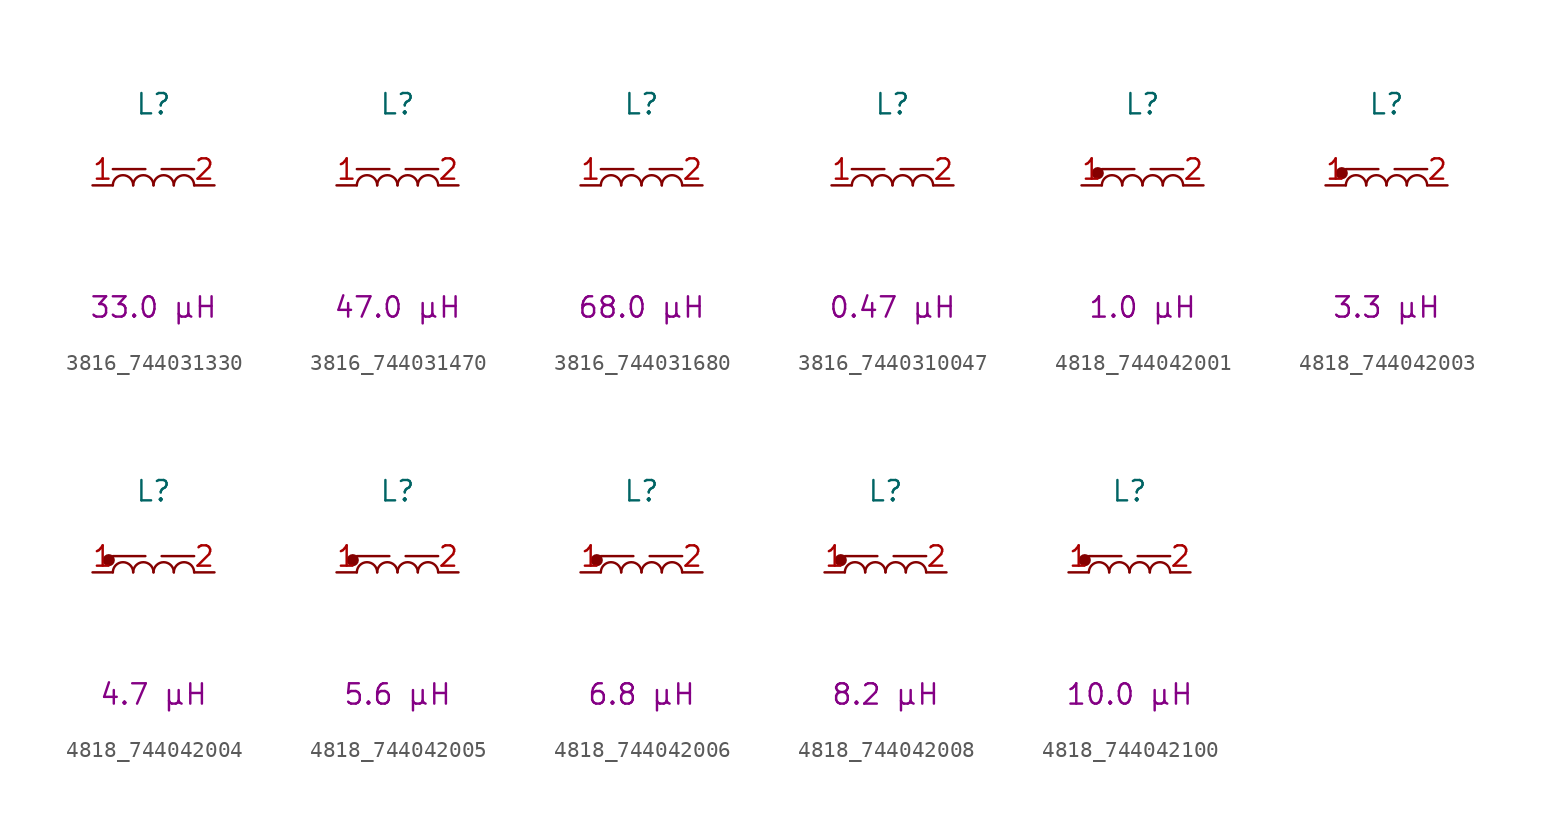
<source format=kicad_sym>
(kicad_symbol_lib
  (version 20220914)
  (generator kicad_symbol_editor)
  (symbol "3816_744031330"
    (pin_names hide)
    (property "Reference" "L"
      (at 0 5.08 0)
      (effects (font (size 1.27 1.27))))
    (property "Critical Parameter" "33.0 µH"
      (at 0 -7.62 0)
      (effects (font (size 1.27 1.27))))
    (symbol "3816_744031330_0_1"
      (arc (start -1.27 0) (mid -1.905 0.6323) (end -2.54 0) (stroke (width 0) (type default)) (fill (type none)))
      (arc (start 0 0) (mid -0.635 0.6323) (end -1.27 0) (stroke (width 0) (type default)) (fill (type none)))
      (polyline (pts (xy -2.54 1.016) (xy -0.508 1.016)) (stroke (width 0) (type default)) (fill (type none)))
      (arc (start 1.27 0) (mid 0.635 0.6323) (end 0 0) (stroke (width 0) (type default)) (fill (type none)))
      (arc (start 2.54 0) (mid 1.905 0.6323) (end 1.27 0) (stroke (width 0) (type default)) (fill (type none))))
    (symbol "3816_744031330_1_1"
      (polyline (pts (xy 2.54 1.016) (xy 0.508 1.016)) (stroke (width 0) (type default)) (fill (type none)))
      (pin passive line (at -3.81 0 0) (length 1.27) (name "1" (effects (font (size 1.27 1.27)))) (number "1" (effects (font (size 1.27 1.27)))))
      (pin passive line (at 3.81 0 180) (length 1.27) (name "2" (effects (font (size 1.27 1.27)))) (number "2" (effects (font (size 1.27 1.27)))))))
  (symbol "3816_744031470"
    (pin_names hide)
    (property "Reference" "L"
      (at 0 5.08 0)
      (effects (font (size 1.27 1.27))))
    (property "Critical Parameter" "47.0 µH"
      (at 0 -7.62 0)
      (effects (font (size 1.27 1.27))))
    (symbol "3816_744031470_0_1"
      (arc (start -1.27 0) (mid -1.905 0.6323) (end -2.54 0) (stroke (width 0) (type default)) (fill (type none)))
      (arc (start 0 0) (mid -0.635 0.6323) (end -1.27 0) (stroke (width 0) (type default)) (fill (type none)))
      (polyline (pts (xy -2.54 1.016) (xy -0.508 1.016)) (stroke (width 0) (type default)) (fill (type none)))
      (arc (start 1.27 0) (mid 0.635 0.6323) (end 0 0) (stroke (width 0) (type default)) (fill (type none)))
      (arc (start 2.54 0) (mid 1.905 0.6323) (end 1.27 0) (stroke (width 0) (type default)) (fill (type none))))
    (symbol "3816_744031470_1_1"
      (polyline (pts (xy 2.54 1.016) (xy 0.508 1.016)) (stroke (width 0) (type default)) (fill (type none)))
      (pin passive line (at -3.81 0 0) (length 1.27) (name "1" (effects (font (size 1.27 1.27)))) (number "1" (effects (font (size 1.27 1.27)))))
      (pin passive line (at 3.81 0 180) (length 1.27) (name "2" (effects (font (size 1.27 1.27)))) (number "2" (effects (font (size 1.27 1.27)))))))
  (symbol "3816_744031680"
    (pin_names hide)
    (property "Reference" "L"
      (at 0 5.08 0)
      (effects (font (size 1.27 1.27))))
    (property "Critical Parameter" "68.0 µH"
      (at 0 -7.62 0)
      (effects (font (size 1.27 1.27))))
    (symbol "3816_744031680_0_1"
      (arc (start -1.27 0) (mid -1.905 0.6323) (end -2.54 0) (stroke (width 0) (type default)) (fill (type none)))
      (arc (start 0 0) (mid -0.635 0.6323) (end -1.27 0) (stroke (width 0) (type default)) (fill (type none)))
      (polyline (pts (xy -2.54 1.016) (xy -0.508 1.016)) (stroke (width 0) (type default)) (fill (type none)))
      (arc (start 1.27 0) (mid 0.635 0.6323) (end 0 0) (stroke (width 0) (type default)) (fill (type none)))
      (arc (start 2.54 0) (mid 1.905 0.6323) (end 1.27 0) (stroke (width 0) (type default)) (fill (type none))))
    (symbol "3816_744031680_1_1"
      (polyline (pts (xy 2.54 1.016) (xy 0.508 1.016)) (stroke (width 0) (type default)) (fill (type none)))
      (pin passive line (at -3.81 0 0) (length 1.27) (name "1" (effects (font (size 1.27 1.27)))) (number "1" (effects (font (size 1.27 1.27)))))
      (pin passive line (at 3.81 0 180) (length 1.27) (name "2" (effects (font (size 1.27 1.27)))) (number "2" (effects (font (size 1.27 1.27)))))))
  (symbol "3816_7440310047"
    (pin_names hide)
    (property "Reference" "L"
      (at 0 5.08 0)
      (effects (font (size 1.27 1.27))))
    (property "Critical Parameter" "0.47 µH"
      (at 0 -7.62 0)
      (effects (font (size 1.27 1.27))))
    (symbol "3816_7440310047_0_1"
      (arc (start -1.27 0) (mid -1.905 0.6323) (end -2.54 0) (stroke (width 0) (type default)) (fill (type none)))
      (arc (start 0 0) (mid -0.635 0.6323) (end -1.27 0) (stroke (width 0) (type default)) (fill (type none)))
      (polyline (pts (xy -2.54 1.016) (xy -0.508 1.016)) (stroke (width 0) (type default)) (fill (type none)))
      (arc (start 1.27 0) (mid 0.635 0.6323) (end 0 0) (stroke (width 0) (type default)) (fill (type none)))
      (arc (start 2.54 0) (mid 1.905 0.6323) (end 1.27 0) (stroke (width 0) (type default)) (fill (type none))))
    (symbol "3816_7440310047_1_1"
      (polyline (pts (xy 2.54 1.016) (xy 0.508 1.016)) (stroke (width 0) (type default)) (fill (type none)))
      (pin passive line (at -3.81 0 0) (length 1.27) (name "1" (effects (font (size 1.27 1.27)))) (number "1" (effects (font (size 1.27 1.27)))))
      (pin passive line (at 3.81 0 180) (length 1.27) (name "2" (effects (font (size 1.27 1.27)))) (number "2" (effects (font (size 1.27 1.27)))))))
  (symbol "4818_744042001"
    (pin_names hide)
    (property "Reference" "L"
      (at 0 5.08 0)
      (effects (font (size 1.27 1.27))))
    (property "Critical Parameter" "1.0 µH"
      (at 0 -7.62 0)
      (effects (font (size 1.27 1.27))))
    (symbol "4818_744042001_0_1"
      (arc (start -1.27 0) (mid -1.905 0.6323) (end -2.54 0) (stroke (width 0) (type default)) (fill (type none)))
      (arc (start 0 0) (mid -0.635 0.6323) (end -1.27 0) (stroke (width 0) (type default)) (fill (type none)))
      (polyline (pts (xy -2.54 1.016) (xy -0.508 1.016)) (stroke (width 0) (type default)) (fill (type none)))
      (arc (start 1.27 0) (mid 0.635 0.6323) (end 0 0) (stroke (width 0) (type default)) (fill (type none)))
      (arc (start 2.54 0) (mid 1.905 0.6323) (end 1.27 0) (stroke (width 0) (type default)) (fill (type none))))
    (symbol "4818_744042001_1_1"
      (circle (center -2.794 0.762) (radius 0.0001) (stroke (width 0.381) (type default)) (fill (type none)))
      (polyline (pts (xy 2.54 1.016) (xy 0.508 1.016)) (stroke (width 0) (type default)) (fill (type none)))
      (pin passive line (at -3.81 0 0) (length 1.27) (name "1" (effects (font (size 1.27 1.27)))) (number "1" (effects (font (size 1.27 1.27)))))
      (pin passive line (at 3.81 0 180) (length 1.27) (name "2" (effects (font (size 1.27 1.27)))) (number "2" (effects (font (size 1.27 1.27)))))))
  (symbol "4818_744042003"
    (pin_names hide)
    (property "Reference" "L"
      (at 0 5.08 0)
      (effects (font (size 1.27 1.27))))
    (property "Critical Parameter" "3.3 µH"
      (at 0 -7.62 0)
      (effects (font (size 1.27 1.27))))
    (symbol "4818_744042003_0_1"
      (arc (start -1.27 0) (mid -1.905 0.6323) (end -2.54 0) (stroke (width 0) (type default)) (fill (type none)))
      (arc (start 0 0) (mid -0.635 0.6323) (end -1.27 0) (stroke (width 0) (type default)) (fill (type none)))
      (polyline (pts (xy -2.54 1.016) (xy -0.508 1.016)) (stroke (width 0) (type default)) (fill (type none)))
      (arc (start 1.27 0) (mid 0.635 0.6323) (end 0 0) (stroke (width 0) (type default)) (fill (type none)))
      (arc (start 2.54 0) (mid 1.905 0.6323) (end 1.27 0) (stroke (width 0) (type default)) (fill (type none))))
    (symbol "4818_744042003_1_1"
      (circle (center -2.794 0.762) (radius 0.0001) (stroke (width 0.381) (type default)) (fill (type none)))
      (polyline (pts (xy 2.54 1.016) (xy 0.508 1.016)) (stroke (width 0) (type default)) (fill (type none)))
      (pin passive line (at -3.81 0 0) (length 1.27) (name "1" (effects (font (size 1.27 1.27)))) (number "1" (effects (font (size 1.27 1.27)))))
      (pin passive line (at 3.81 0 180) (length 1.27) (name "2" (effects (font (size 1.27 1.27)))) (number "2" (effects (font (size 1.27 1.27)))))))
  (symbol "4818_744042004"
    (pin_names hide)
    (property "Reference" "L"
      (at 0 5.08 0)
      (effects (font (size 1.27 1.27))))
    (property "Critical Parameter" "4.7 µH"
      (at 0 -7.62 0)
      (effects (font (size 1.27 1.27))))
    (symbol "4818_744042004_0_1"
      (arc (start -1.27 0) (mid -1.905 0.6323) (end -2.54 0) (stroke (width 0) (type default)) (fill (type none)))
      (arc (start 0 0) (mid -0.635 0.6323) (end -1.27 0) (stroke (width 0) (type default)) (fill (type none)))
      (polyline (pts (xy -2.54 1.016) (xy -0.508 1.016)) (stroke (width 0) (type default)) (fill (type none)))
      (arc (start 1.27 0) (mid 0.635 0.6323) (end 0 0) (stroke (width 0) (type default)) (fill (type none)))
      (arc (start 2.54 0) (mid 1.905 0.6323) (end 1.27 0) (stroke (width 0) (type default)) (fill (type none))))
    (symbol "4818_744042004_1_1"
      (circle (center -2.794 0.762) (radius 0.0001) (stroke (width 0.381) (type default)) (fill (type none)))
      (polyline (pts (xy 2.54 1.016) (xy 0.508 1.016)) (stroke (width 0) (type default)) (fill (type none)))
      (pin passive line (at -3.81 0 0) (length 1.27) (name "1" (effects (font (size 1.27 1.27)))) (number "1" (effects (font (size 1.27 1.27)))))
      (pin passive line (at 3.81 0 180) (length 1.27) (name "2" (effects (font (size 1.27 1.27)))) (number "2" (effects (font (size 1.27 1.27)))))))
  (symbol "4818_744042005"
    (pin_names hide)
    (property "Reference" "L"
      (at 0 5.08 0)
      (effects (font (size 1.27 1.27))))
    (property "Critical Parameter" "5.6 µH"
      (at 0 -7.62 0)
      (effects (font (size 1.27 1.27))))
    (symbol "4818_744042005_0_1"
      (arc (start -1.27 0) (mid -1.905 0.6323) (end -2.54 0) (stroke (width 0) (type default)) (fill (type none)))
      (arc (start 0 0) (mid -0.635 0.6323) (end -1.27 0) (stroke (width 0) (type default)) (fill (type none)))
      (polyline (pts (xy -2.54 1.016) (xy -0.508 1.016)) (stroke (width 0) (type default)) (fill (type none)))
      (arc (start 1.27 0) (mid 0.635 0.6323) (end 0 0) (stroke (width 0) (type default)) (fill (type none)))
      (arc (start 2.54 0) (mid 1.905 0.6323) (end 1.27 0) (stroke (width 0) (type default)) (fill (type none))))
    (symbol "4818_744042005_1_1"
      (circle (center -2.794 0.762) (radius 0.0001) (stroke (width 0.381) (type default)) (fill (type none)))
      (polyline (pts (xy 2.54 1.016) (xy 0.508 1.016)) (stroke (width 0) (type default)) (fill (type none)))
      (pin passive line (at -3.81 0 0) (length 1.27) (name "1" (effects (font (size 1.27 1.27)))) (number "1" (effects (font (size 1.27 1.27)))))
      (pin passive line (at 3.81 0 180) (length 1.27) (name "2" (effects (font (size 1.27 1.27)))) (number "2" (effects (font (size 1.27 1.27)))))))
  (symbol "4818_744042006"
    (pin_names hide)
    (property "Reference" "L"
      (at 0 5.08 0)
      (effects (font (size 1.27 1.27))))
    (property "Critical Parameter" "6.8 µH"
      (at 0 -7.62 0)
      (effects (font (size 1.27 1.27))))
    (symbol "4818_744042006_0_1"
      (arc (start -1.27 0) (mid -1.905 0.6323) (end -2.54 0) (stroke (width 0) (type default)) (fill (type none)))
      (arc (start 0 0) (mid -0.635 0.6323) (end -1.27 0) (stroke (width 0) (type default)) (fill (type none)))
      (polyline (pts (xy -2.54 1.016) (xy -0.508 1.016)) (stroke (width 0) (type default)) (fill (type none)))
      (arc (start 1.27 0) (mid 0.635 0.6323) (end 0 0) (stroke (width 0) (type default)) (fill (type none)))
      (arc (start 2.54 0) (mid 1.905 0.6323) (end 1.27 0) (stroke (width 0) (type default)) (fill (type none))))
    (symbol "4818_744042006_1_1"
      (circle (center -2.794 0.762) (radius 0.0001) (stroke (width 0.381) (type default)) (fill (type none)))
      (polyline (pts (xy 2.54 1.016) (xy 0.508 1.016)) (stroke (width 0) (type default)) (fill (type none)))
      (pin passive line (at -3.81 0 0) (length 1.27) (name "1" (effects (font (size 1.27 1.27)))) (number "1" (effects (font (size 1.27 1.27)))))
      (pin passive line (at 3.81 0 180) (length 1.27) (name "2" (effects (font (size 1.27 1.27)))) (number "2" (effects (font (size 1.27 1.27)))))))
  (symbol "4818_744042008"
    (pin_names hide)
    (property "Reference" "L"
      (at 0 5.08 0)
      (effects (font (size 1.27 1.27))))
    (property "Critical Parameter" "8.2 µH"
      (at 0 -7.62 0)
      (effects (font (size 1.27 1.27))))
    (symbol "4818_744042008_0_1"
      (arc (start -1.27 0) (mid -1.905 0.6323) (end -2.54 0) (stroke (width 0) (type default)) (fill (type none)))
      (arc (start 0 0) (mid -0.635 0.6323) (end -1.27 0) (stroke (width 0) (type default)) (fill (type none)))
      (polyline (pts (xy -2.54 1.016) (xy -0.508 1.016)) (stroke (width 0) (type default)) (fill (type none)))
      (arc (start 1.27 0) (mid 0.635 0.6323) (end 0 0) (stroke (width 0) (type default)) (fill (type none)))
      (arc (start 2.54 0) (mid 1.905 0.6323) (end 1.27 0) (stroke (width 0) (type default)) (fill (type none))))
    (symbol "4818_744042008_1_1"
      (circle (center -2.794 0.762) (radius 0.0001) (stroke (width 0.381) (type default)) (fill (type none)))
      (polyline (pts (xy 2.54 1.016) (xy 0.508 1.016)) (stroke (width 0) (type default)) (fill (type none)))
      (pin passive line (at -3.81 0 0) (length 1.27) (name "1" (effects (font (size 1.27 1.27)))) (number "1" (effects (font (size 1.27 1.27)))))
      (pin passive line (at 3.81 0 180) (length 1.27) (name "2" (effects (font (size 1.27 1.27)))) (number "2" (effects (font (size 1.27 1.27)))))))
  (symbol "4818_744042100"
    (pin_names hide)
    (property "Reference" "L"
      (at 0 5.08 0)
      (effects (font (size 1.27 1.27))))
    (property "Critical Parameter" "10.0 µH"
      (at 0 -7.62 0)
      (effects (font (size 1.27 1.27))))
    (symbol "4818_744042100_0_1"
      (arc (start -1.27 0) (mid -1.905 0.6323) (end -2.54 0) (stroke (width 0) (type default)) (fill (type none)))
      (arc (start 0 0) (mid -0.635 0.6323) (end -1.27 0) (stroke (width 0) (type default)) (fill (type none)))
      (polyline (pts (xy -2.54 1.016) (xy -0.508 1.016)) (stroke (width 0) (type default)) (fill (type none)))
      (arc (start 1.27 0) (mid 0.635 0.6323) (end 0 0) (stroke (width 0) (type default)) (fill (type none)))
      (arc (start 2.54 0) (mid 1.905 0.6323) (end 1.27 0) (stroke (width 0) (type default)) (fill (type none))))
    (symbol "4818_744042100_1_1"
      (circle (center -2.794 0.762) (radius 0.0001) (stroke (width 0.381) (type default)) (fill (type none)))
      (polyline (pts (xy 2.54 1.016) (xy 0.508 1.016)) (stroke (width 0) (type default)) (fill (type none)))
      (pin passive line (at -3.81 0 0) (length 1.27) (name "1" (effects (font (size 1.27 1.27)))) (number "1" (effects (font (size 1.27 1.27)))))
      (pin passive line (at 3.81 0 180) (length 1.27) (name "2" (effects (font (size 1.27 1.27)))) (number "2" (effects (font (size 1.27 1.27))))))))
</source>
